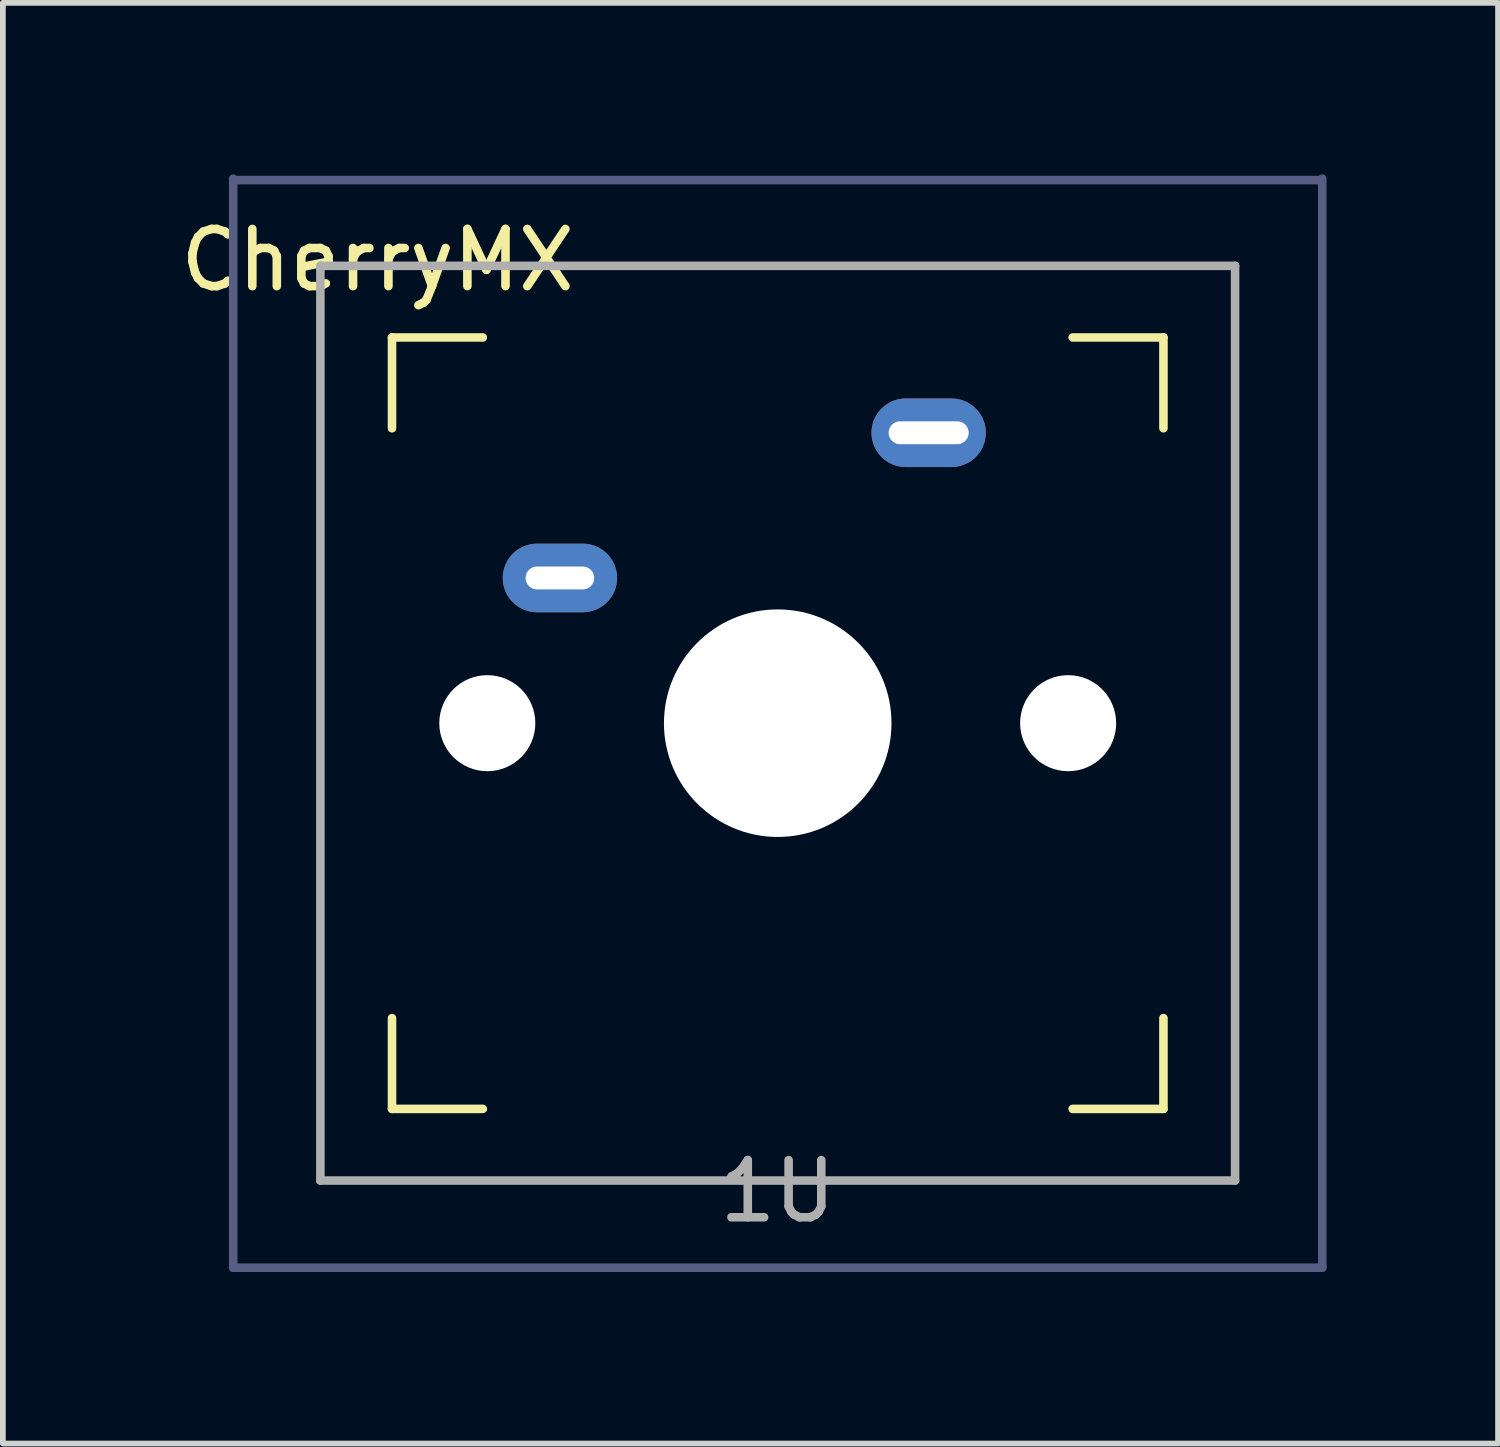
<source format=kicad_pcb>
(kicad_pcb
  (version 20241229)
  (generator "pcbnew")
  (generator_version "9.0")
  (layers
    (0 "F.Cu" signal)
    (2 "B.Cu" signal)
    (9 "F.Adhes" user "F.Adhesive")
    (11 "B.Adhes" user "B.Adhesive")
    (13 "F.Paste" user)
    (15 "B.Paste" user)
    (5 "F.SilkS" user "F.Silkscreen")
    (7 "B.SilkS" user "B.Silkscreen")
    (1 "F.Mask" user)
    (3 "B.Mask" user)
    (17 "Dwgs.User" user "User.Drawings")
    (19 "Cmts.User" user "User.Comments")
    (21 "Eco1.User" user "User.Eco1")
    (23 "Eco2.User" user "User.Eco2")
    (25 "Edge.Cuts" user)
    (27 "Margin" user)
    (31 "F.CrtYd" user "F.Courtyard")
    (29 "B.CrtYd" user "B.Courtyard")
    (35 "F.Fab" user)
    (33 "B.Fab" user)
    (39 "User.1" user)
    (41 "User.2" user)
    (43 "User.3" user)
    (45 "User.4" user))
  (footprint "CherryMX"
    (layer "F.Cu")
    (at 10.554 9.6)
    (property "Reference" "CherryMX" (at -7 -8.1 180) (layer "F.SilkS") (effects (font (size 1 1) (thickness 0.15))))
    (attr through_hole)
    (fp_line (start -6.747 -6.747) (end -5.159 -6.747) (stroke (width 0.15) (type solid)) (layer "F.SilkS"))
    (fp_line (start -6.747 -5.159) (end -6.747 -6.747) (stroke (width 0.15) (type solid)) (layer "F.SilkS"))
    (fp_line (start -6.747 6.747) (end -6.747 5.159) (stroke (width 0.15) (type solid)) (layer "F.SilkS"))
    (fp_line (start -5.159 6.747) (end -6.747 6.747) (stroke (width 0.15) (type solid)) (layer "F.SilkS"))
    (fp_line (start 5.159 -6.747) (end 6.747 -6.747) (stroke (width 0.15) (type solid)) (layer "F.SilkS"))
    (fp_line (start 6.747 -6.747) (end 6.747 -5.159) (stroke (width 0.15) (type solid)) (layer "F.SilkS"))
    (fp_line (start 6.747 5.159) (end 6.747 6.747) (stroke (width 0.15) (type solid)) (layer "F.SilkS"))
    (fp_line (start 6.747 6.747) (end 5.159 6.747) (stroke (width 0.15) (type solid)) (layer "F.SilkS"))
    (fp_line (start -9.525 9.525) (end -9.525 -9.525) (stroke (width 0.15) (type solid)) (layer "B.Fab"))
    (fp_line (start -9.5 -9.5) (end 9.5 -9.5) (stroke (width 0.15) (type solid)) (layer "B.Fab"))
    (fp_line (start 9.525 -9.525) (end 9.525 9.525) (stroke (width 0.15) (type solid)) (layer "B.Fab"))
    (fp_line (start 9.525 9.525) (end -9.525 9.525) (stroke (width 0.15) (type solid)) (layer "B.Fab"))
    (fp_line (start -8 -8) (end 8 -8) (stroke (width 0.15) (type solid)) (layer "F.Fab"))
    (fp_line (start -8 8) (end -8 -8) (stroke (width 0.15) (type solid)) (layer "F.Fab"))
    (fp_line (start 8 -8) (end 8 8) (stroke (width 0.15) (type solid)) (layer "F.Fab"))
    (fp_line (start 8 8) (end -8 8) (stroke (width 0.15) (type solid)) (layer "F.Fab"))
    (fp_text user "1U" (at 0 8.188 180) (layer "F.Fab") (effects (font (size 1 1) (thickness 0.15))))
    (pad "" np_thru_hole circle (at -5.08 0 180) (size 1.68 1.68) (drill 1.68) (layers "*.Cu" "*.Mask"))
    (pad "" np_thru_hole circle (at 0 0 270) (size 3.98 3.98) (drill 3.98) (layers "*.Cu" "*.Mask"))
    (pad "" np_thru_hole circle (at 5.08 0 180) (size 1.68 1.68) (drill 1.68) (layers "*.Cu" "*.Mask"))
    (pad "1" thru_hole oval (at -3.81 -2.54) (size 2 1.2) (drill oval 1.2 0.4) (layers "*.Cu" "B.Mask"))
    (pad "2" thru_hole oval (at 2.64 -5.08) (size 2 1.2) (drill oval 1.4 0.4) (layers "*.Cu" "B.Mask")))
  (gr_rect
    (start -3 -3)
    (end 23.154 22.2)
    (stroke (width 0.1) (type default))
    (fill no)
    (layer "Edge.Cuts")))
</source>
